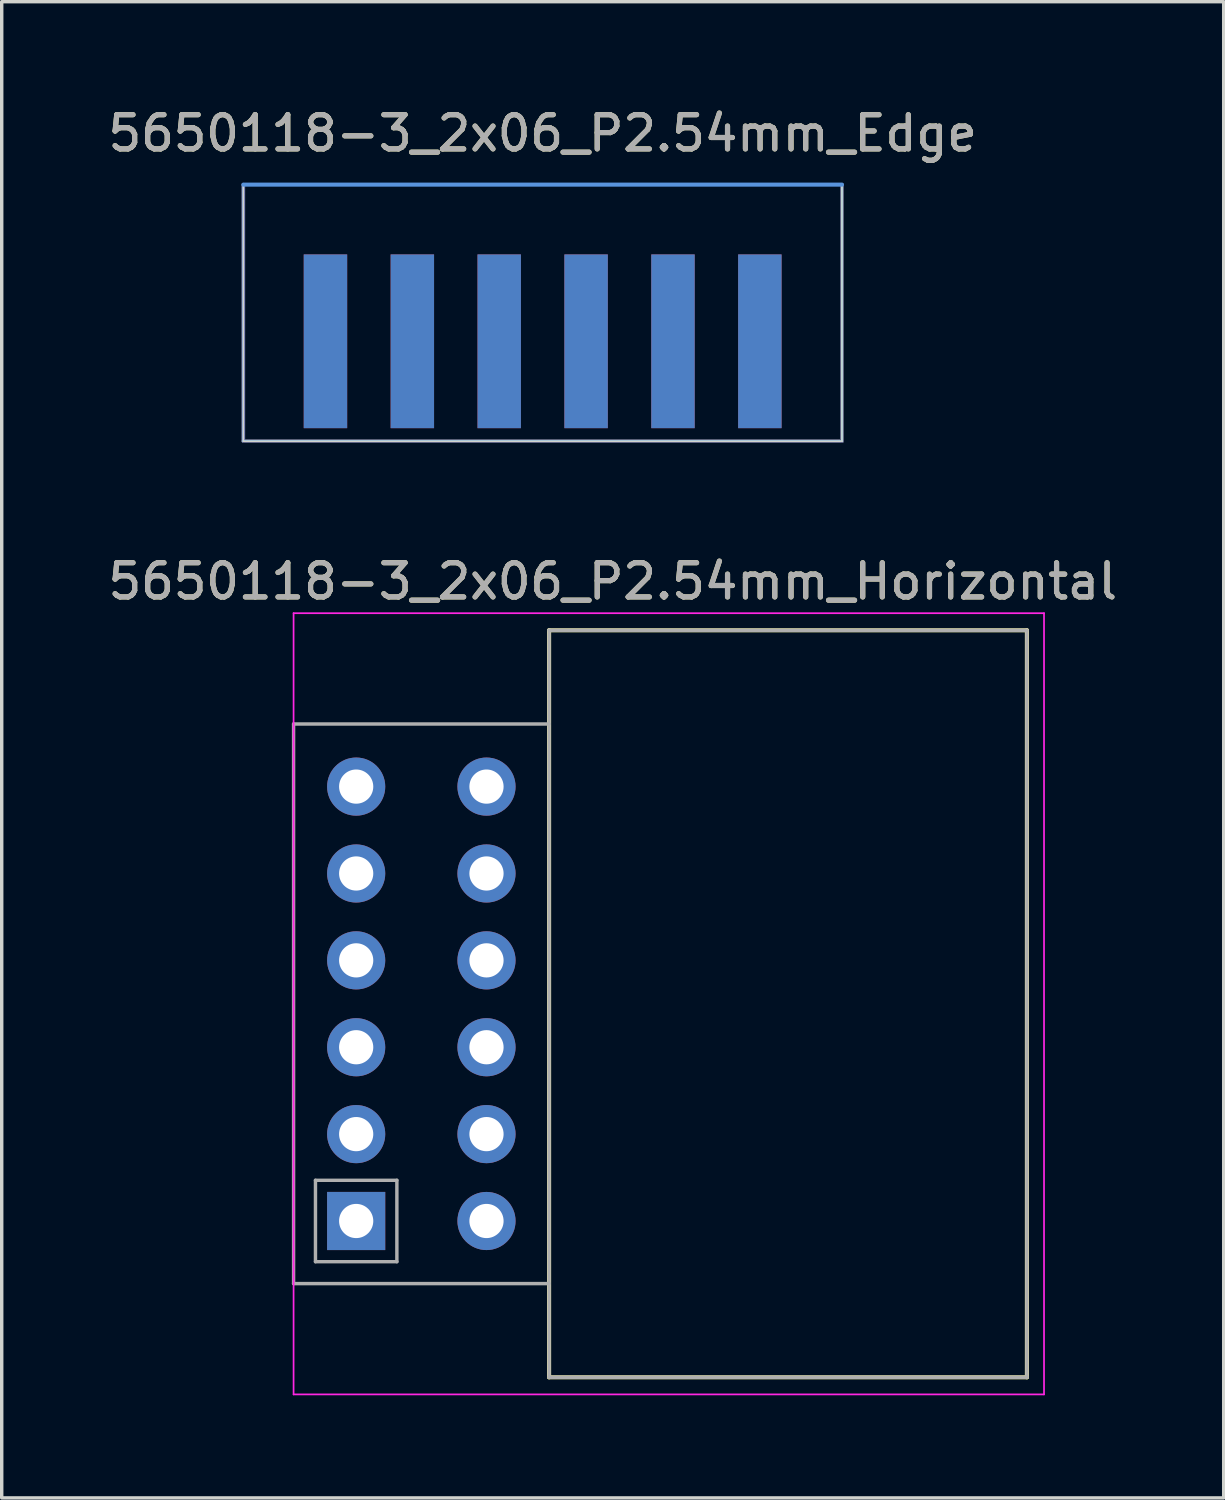
<source format=kicad_pcb>
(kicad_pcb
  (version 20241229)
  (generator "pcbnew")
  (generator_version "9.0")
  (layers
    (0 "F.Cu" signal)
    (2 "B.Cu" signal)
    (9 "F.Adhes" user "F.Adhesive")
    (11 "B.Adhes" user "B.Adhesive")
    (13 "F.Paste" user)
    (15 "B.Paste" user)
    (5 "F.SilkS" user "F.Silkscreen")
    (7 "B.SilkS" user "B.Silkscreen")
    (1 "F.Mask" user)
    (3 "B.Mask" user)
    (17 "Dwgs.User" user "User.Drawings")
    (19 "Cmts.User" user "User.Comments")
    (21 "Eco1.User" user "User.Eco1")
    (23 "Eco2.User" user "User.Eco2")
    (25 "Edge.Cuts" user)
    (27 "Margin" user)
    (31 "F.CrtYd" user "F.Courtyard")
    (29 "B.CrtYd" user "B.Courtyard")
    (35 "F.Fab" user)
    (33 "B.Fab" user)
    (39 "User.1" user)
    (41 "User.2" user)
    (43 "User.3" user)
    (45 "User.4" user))
  (footprint "5650118-3_2x06_P2.54mm_Horizontal"
    (layer "F.Cu")
    (at 11.173 32.647)
    (property "Reference" "5650118-3_2x06_P2.54mm_Horizontal" (at 3.69 -18.7 0) (layer "F.SilkS") (effects (font (size 1 1) (thickness 0.15))))
    (attr through_hole)
    (fp_line (start 1.83 -17.27) (end 15.8 -17.27) (stroke (width 0.12) (type solid)) (layer "F.SilkS"))
    (fp_line (start 1.83 4.57) (end 1.83 -17.27) (stroke (width 0.12) (type solid)) (layer "F.SilkS"))
    (fp_line (start 15.8 -17.27) (end 15.8 4.57) (stroke (width 0.12) (type solid)) (layer "F.SilkS"))
    (fp_line (start 15.8 4.57) (end 1.83 4.57) (stroke (width 0.12) (type solid)) (layer "F.SilkS"))
    (fp_line (start -5.64 -17.77) (end -5.64 5.07) (stroke (width 0.05) (type solid)) (layer "F.CrtYd"))
    (fp_line (start -5.64 5.07) (end 16.3 5.07) (stroke (width 0.05) (type solid)) (layer "F.CrtYd"))
    (fp_line (start 16.3 -17.77) (end -5.64 -17.77) (stroke (width 0.05) (type solid)) (layer "F.CrtYd"))
    (fp_line (start 16.3 5.07) (end 16.3 -17.77) (stroke (width 0.05) (type solid)) (layer "F.CrtYd"))
    (fp_line (start -5.64 -14.53) (end -5.64 1.83) (stroke (width 0.1) (type solid)) (layer "F.Fab"))
    (fp_line (start -5 1.19) (end -5 -1.19) (stroke (width 0.1) (type solid)) (layer "F.Fab"))
    (fp_line (start -2.62 -1.19) (end -5 -1.19) (stroke (width 0.1) (type solid)) (layer "F.Fab"))
    (fp_line (start -2.62 1.19) (end -5 1.19) (stroke (width 0.1) (type solid)) (layer "F.Fab"))
    (fp_line (start -2.62 1.19) (end -2.62 -1.19) (stroke (width 0.1) (type solid)) (layer "F.Fab"))
    (fp_line (start 1.83 -17.27) (end 1.83 4.57) (stroke (width 0.1) (type solid)) (layer "F.Fab"))
    (fp_line (start 1.83 -14.53) (end -5.64 -14.53) (stroke (width 0.1) (type solid)) (layer "F.Fab"))
    (fp_line (start 1.83 1.83) (end -5.64 1.83) (stroke (width 0.1) (type solid)) (layer "F.Fab"))
    (fp_line (start 1.83 4.57) (end 15.8 4.57) (stroke (width 0.1) (type solid)) (layer "F.Fab"))
    (fp_line (start 15.8 -17.27) (end 1.83 -17.27) (stroke (width 0.1) (type solid)) (layer "F.Fab"))
    (fp_line (start 15.8 4.57) (end 15.8 -17.27) (stroke (width 0.1) (type solid)) (layer "F.Fab"))
    (fp_text user "${REFERENCE}" (at 3.69 -18.7 180) (layer "F.Fab") (effects (font (size 1 1) (thickness 0.15))))
    (pad "1" thru_hole rect (at -3.81 0) (size 1.7 1.7) (drill 1) (layers "*.Cu" "*.Mask"))
    (pad "2" thru_hole circle (at -3.81 -2.54) (size 1.7 1.7) (drill 1) (layers "*.Cu" "*.Mask"))
    (pad "3" thru_hole circle (at -3.81 -5.08) (size 1.7 1.7) (drill 1) (layers "*.Cu" "*.Mask"))
    (pad "4" thru_hole circle (at -3.81 -7.62) (size 1.7 1.7) (drill 1) (layers "*.Cu" "*.Mask"))
    (pad "5" thru_hole circle (at -3.81 -10.16) (size 1.7 1.7) (drill 1) (layers "*.Cu" "*.Mask"))
    (pad "6" thru_hole circle (at -3.81 -12.7) (size 1.7 1.7) (drill 1) (layers "*.Cu" "*.Mask"))
    (pad "7" thru_hole circle (at 0 -12.7) (size 1.7 1.7) (drill 1) (layers "*.Cu" "*.Mask"))
    (pad "8" thru_hole circle (at 0 -10.16) (size 1.7 1.7) (drill 1) (layers "*.Cu" "*.Mask"))
    (pad "9" thru_hole circle (at 0 -7.62) (size 1.7 1.7) (drill 1) (layers "*.Cu" "*.Mask"))
    (pad "10" thru_hole circle (at 0 -5.08) (size 1.7 1.7) (drill 1) (layers "*.Cu" "*.Mask"))
    (pad "11" thru_hole circle (at 0 -2.54) (size 1.7 1.7) (drill 1) (layers "*.Cu" "*.Mask"))
    (pad "12" thru_hole circle (at 0 0) (size 1.7 1.7) (drill 1) (layers "*.Cu" "*.Mask")))
  (footprint "5650118-3_2x06_P2.54mm_Edge"
    (layer "F.Cu")
    (at 12.815 9.848)
    (property "Reference" "5650118-3_2x06_P2.54mm_Edge" (at 0 -9 0) (layer "F.SilkS") (effects (font (size 1 1) (thickness 0.15))))
    (attr exclude_from_pos_files exclude_from_bom)
    (fp_poly (pts (xy 8.75 0) (xy -8.75 0) (xy -8.75 -6) (xy 8.75 -6)) (stroke (width 0.1) (type solid)) (fill yes) (layer "F.Mask"))
    (fp_poly (pts (xy 8.75 0) (xy -8.75 0) (xy -8.75 -6) (xy 8.75 -6)) (stroke (width 0.1) (type solid)) (fill yes) (layer "B.Mask"))
    (fp_line (start -8.75 -7.5) (end 8.75 -7.5) (stroke (width 0.12) (type solid)) (layer "Cmts.User"))
    (fp_line (start -8.75 0) (end -8.75 -7.5) (stroke (width 0.05) (type solid)) (layer "Edge.Cuts"))
    (fp_line (start -8.75 0) (end 8.75 0) (stroke (width 0.05) (type solid)) (layer "Edge.Cuts"))
    (fp_line (start 8.75 0) (end 8.75 -7.5) (stroke (width 0.05) (type solid)) (layer "Edge.Cuts"))
    (fp_line (start -8.75 -7.5) (end -8.75 0) (stroke (width 0.05) (type solid)) (layer "B.CrtYd"))
    (fp_line (start -8.75 0) (end 8.75 0) (stroke (width 0.05) (type solid)) (layer "B.CrtYd"))
    (fp_line (start 8.75 -7.5) (end -8.75 -7.5) (stroke (width 0.05) (type solid)) (layer "B.CrtYd"))
    (fp_line (start 8.75 0) (end 8.75 -7.5) (stroke (width 0.05) (type solid)) (layer "B.CrtYd"))
    (fp_line (start -8.75 -7.5) (end -8.75 0) (stroke (width 0.05) (type solid)) (layer "F.CrtYd"))
    (fp_line (start -8.75 0) (end 8.75 0) (stroke (width 0.05) (type solid)) (layer "F.CrtYd"))
    (fp_line (start 8.75 -7.5) (end -8.75 -7.5) (stroke (width 0.05) (type solid)) (layer "F.CrtYd"))
    (fp_line (start 8.75 0) (end 8.75 -7.5) (stroke (width 0.05) (type solid)) (layer "F.CrtYd"))
    (fp_line (start -8.75 0) (end -8.75 -7.5) (stroke (width 0.1) (type solid)) (layer "B.Fab"))
    (fp_line (start -8.75 0) (end 8.75 0) (stroke (width 0.1) (type solid)) (layer "B.Fab"))
    (fp_line (start 8.75 0) (end 8.75 -7.5) (stroke (width 0.1) (type solid)) (layer "B.Fab"))
    (fp_line (start -8.75 0) (end -8.75 -7.5) (stroke (width 0.1) (type solid)) (layer "F.Fab"))
    (fp_line (start -8.75 0) (end 8.75 0) (stroke (width 0.1) (type solid)) (layer "F.Fab"))
    (fp_line (start 8.75 0) (end 8.75 -7.5) (stroke (width 0.1) (type solid)) (layer "F.Fab"))
    (fp_text user "${REFERENCE}" (at 0 -9 0) (layer "F.Fab") (effects (font (size 1 1) (thickness 0.15))))
    (pad "1" connect rect (at 6.35 -2.92) (size 1.27 5.08) (layers "F.Cu" "F.Mask"))
    (pad "2" connect rect (at 3.81 -2.92) (size 1.27 5.08) (layers "F.Cu" "F.Mask"))
    (pad "3" connect rect (at 1.27 -2.92) (size 1.27 5.08) (layers "F.Cu" "F.Mask"))
    (pad "4" connect rect (at -1.27 -2.92) (size 1.27 5.08) (layers "F.Cu" "F.Mask"))
    (pad "5" connect rect (at -3.81 -2.92) (size 1.27 5.08) (layers "F.Cu" "F.Mask"))
    (pad "6" connect rect (at -6.35 -2.92) (size 1.27 5.08) (layers "F.Cu" "F.Mask"))
    (pad "7" connect rect (at -6.35 -2.92) (size 1.27 5.08) (layers "B.Cu" "B.Mask"))
    (pad "8" connect rect (at -3.81 -2.92) (size 1.27 5.08) (layers "B.Cu" "B.Mask"))
    (pad "9" connect rect (at -1.27 -2.92) (size 1.27 5.08) (layers "B.Cu" "B.Mask"))
    (pad "10" connect rect (at 1.27 -2.92) (size 1.27 5.08) (layers "B.Cu" "B.Mask"))
    (pad "11" connect rect (at 3.81 -2.92) (size 1.27 5.08) (layers "B.Cu" "B.Mask"))
    (pad "12" connect rect (at 6.35 -2.92) (size 1.27 5.08) (layers "B.Cu" "B.Mask")))
  (gr_rect
    (start -3 -3)
    (end 32.726 40.742)
    (stroke (width 0.1) (type default))
    (fill no)
    (layer "Edge.Cuts")))
</source>
